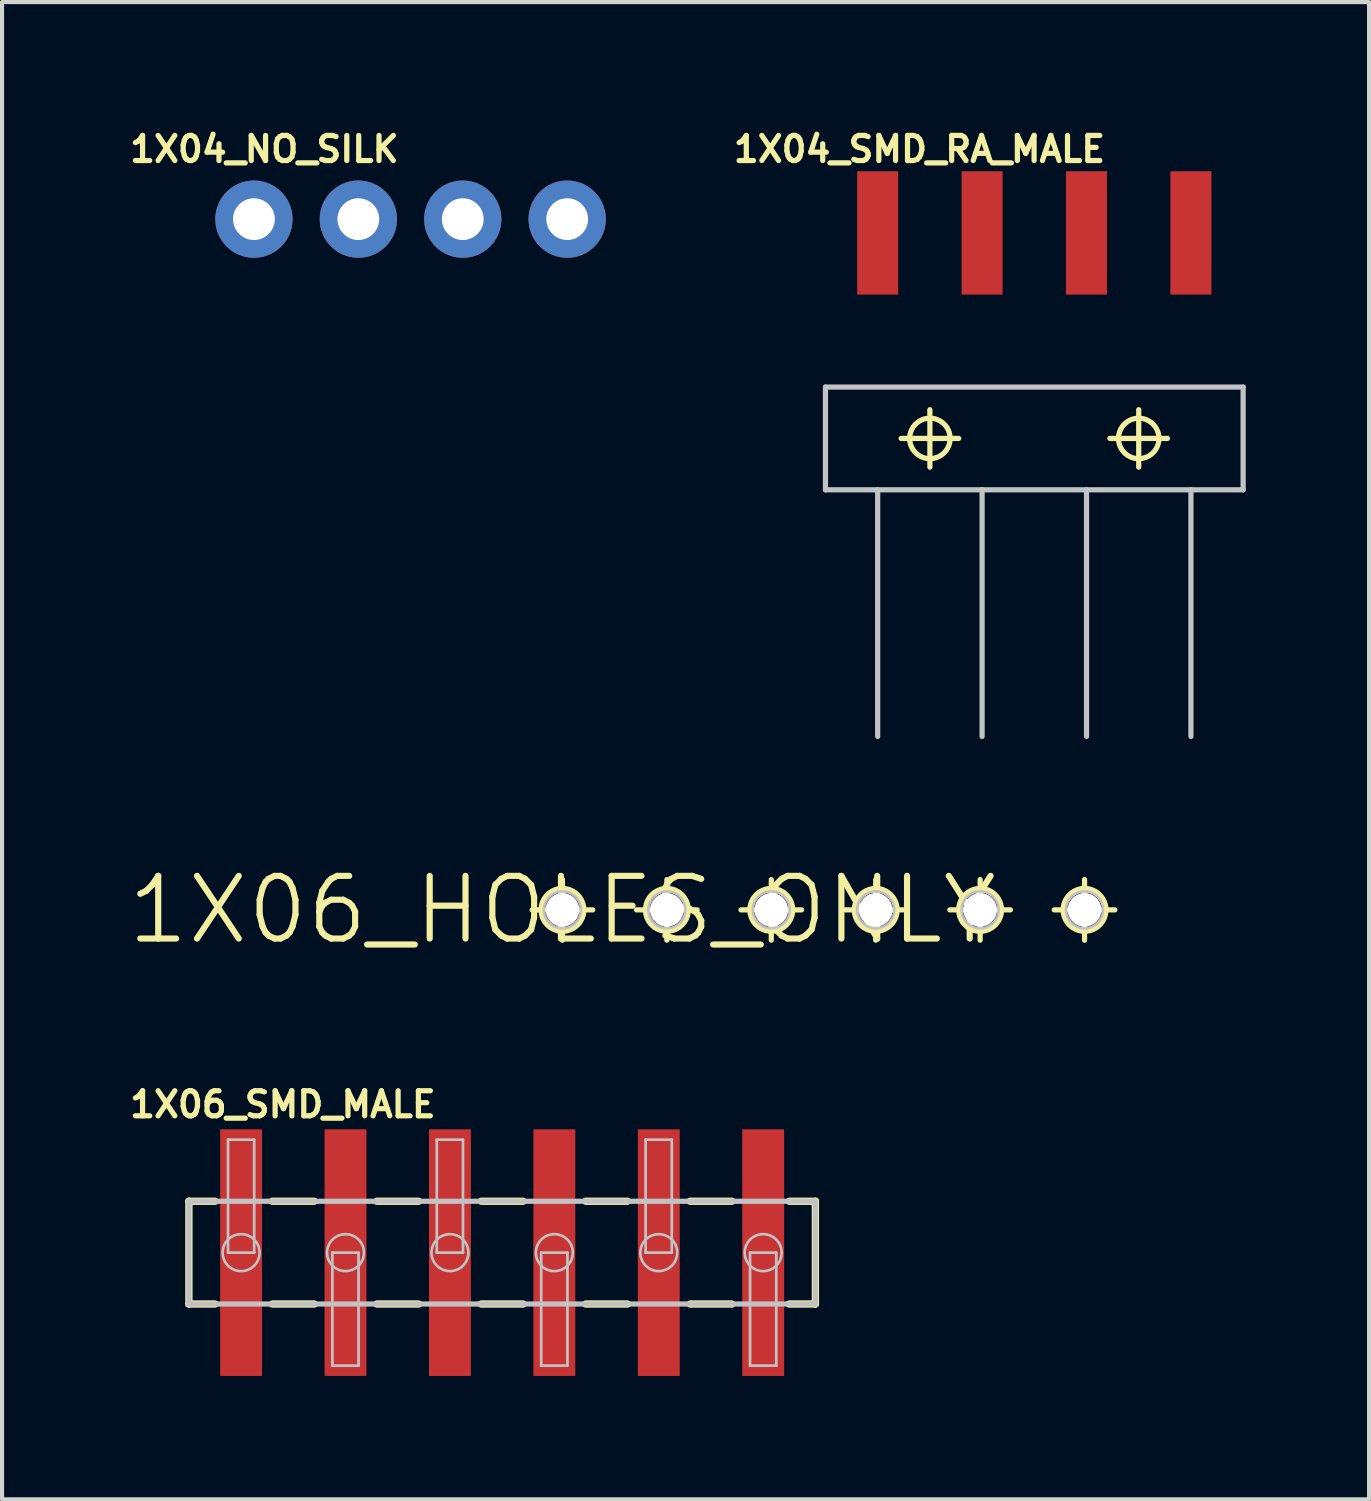
<source format=kicad_pcb>
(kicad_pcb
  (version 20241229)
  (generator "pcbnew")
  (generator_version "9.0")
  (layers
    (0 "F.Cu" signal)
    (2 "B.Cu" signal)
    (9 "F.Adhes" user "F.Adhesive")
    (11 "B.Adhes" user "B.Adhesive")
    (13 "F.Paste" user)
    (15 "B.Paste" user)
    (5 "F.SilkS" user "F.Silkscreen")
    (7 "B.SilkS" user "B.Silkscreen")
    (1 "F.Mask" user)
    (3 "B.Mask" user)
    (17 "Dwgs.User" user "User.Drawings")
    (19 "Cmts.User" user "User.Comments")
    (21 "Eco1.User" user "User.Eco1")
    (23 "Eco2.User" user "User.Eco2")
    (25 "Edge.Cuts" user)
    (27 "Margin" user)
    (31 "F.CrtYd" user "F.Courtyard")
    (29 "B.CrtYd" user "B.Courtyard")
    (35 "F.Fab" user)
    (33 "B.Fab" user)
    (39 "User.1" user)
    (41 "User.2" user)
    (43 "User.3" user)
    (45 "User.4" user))
  (footprint "1X04_SMD_RA_MALE"
    (layer "F.Cu")
    (at 22.11 7.615)
    (property "Reference" "1X04_SMD_RA_MALE" (at -2.794 -7.036 0) (layer "F.SilkS") (effects (font (size 0.61 0.61) (thickness 0.127))))
    (attr smd)
    (fp_line (start -3.239 0) (end -1.839 0) (stroke (width 0.127) (type solid)) (layer "F.SilkS"))
    (fp_line (start -2.54 0.699) (end -2.54 -0.699) (stroke (width 0.127) (type solid)) (layer "F.SilkS"))
    (fp_line (start 1.839 0) (end 3.239 0) (stroke (width 0.127) (type solid)) (layer "F.SilkS"))
    (fp_line (start 2.54 0.699) (end 2.54 -0.699) (stroke (width 0.127) (type solid)) (layer "F.SilkS"))
    (fp_circle (center -2.54 0) (end -2.888 0.348) (stroke (width 0.127) (type solid)) (fill no) (layer "F.SilkS"))
    (fp_circle (center 2.54 0) (end 2.888 0.348) (stroke (width 0.127) (type solid)) (fill no) (layer "F.SilkS"))
    (fp_line (start -5.08 -1.25) (end -5.08 1.25) (stroke (width 0.127) (type solid)) (layer "Dwgs.User"))
    (fp_line (start -5.08 1.25) (end -3.81 1.25) (stroke (width 0.127) (type solid)) (layer "Dwgs.User"))
    (fp_line (start -3.81 1.25) (end -3.81 7.249) (stroke (width 0.127) (type solid)) (layer "Dwgs.User"))
    (fp_line (start -3.81 1.25) (end -1.27 1.25) (stroke (width 0.127) (type solid)) (layer "Dwgs.User"))
    (fp_line (start -1.27 1.25) (end -1.27 7.249) (stroke (width 0.127) (type solid)) (layer "Dwgs.User"))
    (fp_line (start -1.27 1.25) (end 1.27 1.25) (stroke (width 0.127) (type solid)) (layer "Dwgs.User"))
    (fp_line (start 1.27 1.25) (end 1.27 7.249) (stroke (width 0.127) (type solid)) (layer "Dwgs.User"))
    (fp_line (start 1.27 1.25) (end 3.81 1.25) (stroke (width 0.127) (type solid)) (layer "Dwgs.User"))
    (fp_line (start 3.81 1.25) (end 3.81 7.249) (stroke (width 0.127) (type solid)) (layer "Dwgs.User"))
    (fp_line (start 3.81 1.25) (end 5.08 1.25) (stroke (width 0.127) (type solid)) (layer "Dwgs.User"))
    (fp_line (start 5.08 -1.25) (end -5.08 -1.25) (stroke (width 0.127) (type solid)) (layer "Dwgs.User"))
    (fp_line (start 5.08 1.25) (end 5.08 -1.25) (stroke (width 0.127) (type solid)) (layer "Dwgs.User"))
    (pad "1" smd rect (at -3.81 -4.999 90) (size 3 0.998) (layers "F.Cu" "F.Mask" "F.Paste"))
    (pad "2" smd rect (at -1.27 -4.999 90) (size 3 0.998) (layers "F.Cu" "F.Mask" "F.Paste"))
    (pad "3" smd rect (at 1.27 -4.999 90) (size 3 0.998) (layers "F.Cu" "F.Mask" "F.Paste"))
    (pad "4" smd rect (at 3.81 -4.999 90) (size 3 0.998) (layers "F.Cu" "F.Mask" "F.Paste")))
  (footprint "1X04_NO_SILK"
    (layer "F.Cu")
    (at 3.127 2.281)
    (property "Reference" "1X04_NO_SILK" (at 0.254 -1.702 0) (layer "F.SilkS") (effects (font (size 0.61 0.61) (thickness 0.127))))
    (attr exclude_from_pos_files exclude_from_bom)
    (fp_line (start -0.254 -0.254) (end 0.254 -0.254) (stroke (width 0.066) (type solid)) (layer "Dwgs.User"))
    (fp_line (start -0.254 0.254) (end -0.254 -0.254) (stroke (width 0.066) (type solid)) (layer "Dwgs.User"))
    (fp_line (start -0.254 0.254) (end 0.254 0.254) (stroke (width 0.066) (type solid)) (layer "Dwgs.User"))
    (fp_line (start 0.254 0.254) (end 0.254 -0.254) (stroke (width 0.066) (type solid)) (layer "Dwgs.User"))
    (fp_line (start 2.286 -0.254) (end 2.794 -0.254) (stroke (width 0.066) (type solid)) (layer "Dwgs.User"))
    (fp_line (start 2.286 0.254) (end 2.286 -0.254) (stroke (width 0.066) (type solid)) (layer "Dwgs.User"))
    (fp_line (start 2.286 0.254) (end 2.794 0.254) (stroke (width 0.066) (type solid)) (layer "Dwgs.User"))
    (fp_line (start 2.794 0.254) (end 2.794 -0.254) (stroke (width 0.066) (type solid)) (layer "Dwgs.User"))
    (fp_line (start 4.826 -0.254) (end 5.334 -0.254) (stroke (width 0.066) (type solid)) (layer "Dwgs.User"))
    (fp_line (start 4.826 0.254) (end 4.826 -0.254) (stroke (width 0.066) (type solid)) (layer "Dwgs.User"))
    (fp_line (start 4.826 0.254) (end 5.334 0.254) (stroke (width 0.066) (type solid)) (layer "Dwgs.User"))
    (fp_line (start 5.334 0.254) (end 5.334 -0.254) (stroke (width 0.066) (type solid)) (layer "Dwgs.User"))
    (fp_line (start 7.366 -0.254) (end 7.874 -0.254) (stroke (width 0.066) (type solid)) (layer "Dwgs.User"))
    (fp_line (start 7.366 0.254) (end 7.366 -0.254) (stroke (width 0.066) (type solid)) (layer "Dwgs.User"))
    (fp_line (start 7.366 0.254) (end 7.874 0.254) (stroke (width 0.066) (type solid)) (layer "Dwgs.User"))
    (fp_line (start 7.874 0.254) (end 7.874 -0.254) (stroke (width 0.066) (type solid)) (layer "Dwgs.User"))
    (pad "1" thru_hole circle (at 0 0) (size 1.88 1.88) (drill 1.016) (layers "*.Cu" "*.Paste" "*.Mask"))
    (pad "2" thru_hole circle (at 2.54 0) (size 1.88 1.88) (drill 1.016) (layers "*.Cu" "*.Paste" "*.Mask"))
    (pad "3" thru_hole circle (at 5.08 0) (size 1.88 1.88) (drill 1.016) (layers "*.Cu" "*.Paste" "*.Mask"))
    (pad "4" thru_hole circle (at 7.62 0) (size 1.88 1.88) (drill 1.016) (layers "*.Cu" "*.Paste" "*.Mask")))
  (footprint "1X06_SMD_MALE"
    (layer "F.Cu")
    (at 2.815 27.421)
    (property "Reference" "1X06_SMD_MALE" (at 1.016 -3.604 0) (layer "F.SilkS") (effects (font (size 0.61 0.61) (thickness 0.127))))
    (attr smd)
    (fp_line (start -1.27 -1.25) (end -1.27 1.25) (stroke (width 0.178) (type solid)) (layer "F.SilkS"))
    (fp_line (start -1.27 -1.25) (end -0.635 -1.25) (stroke (width 0.178) (type solid)) (layer "F.SilkS"))
    (fp_line (start -1.27 1.25) (end -0.635 1.25) (stroke (width 0.178) (type solid)) (layer "F.SilkS"))
    (fp_line (start 0.762 -1.25) (end 1.778 -1.25) (stroke (width 0.178) (type solid)) (layer "F.SilkS"))
    (fp_line (start 1.778 1.25) (end 0.762 1.25) (stroke (width 0.178) (type solid)) (layer "F.SilkS"))
    (fp_line (start 3.302 -1.25) (end 4.318 -1.25) (stroke (width 0.178) (type solid)) (layer "F.SilkS"))
    (fp_line (start 4.318 1.25) (end 3.302 1.25) (stroke (width 0.178) (type solid)) (layer "F.SilkS"))
    (fp_line (start 5.842 -1.25) (end 6.858 -1.25) (stroke (width 0.178) (type solid)) (layer "F.SilkS"))
    (fp_line (start 6.858 1.25) (end 5.842 1.25) (stroke (width 0.178) (type solid)) (layer "F.SilkS"))
    (fp_line (start 8.382 -1.25) (end 9.398 -1.25) (stroke (width 0.178) (type solid)) (layer "F.SilkS"))
    (fp_line (start 9.398 1.25) (end 8.382 1.25) (stroke (width 0.178) (type solid)) (layer "F.SilkS"))
    (fp_line (start 10.922 -1.25) (end 11.938 -1.25) (stroke (width 0.178) (type solid)) (layer "F.SilkS"))
    (fp_line (start 11.938 1.25) (end 10.922 1.25) (stroke (width 0.178) (type solid)) (layer "F.SilkS"))
    (fp_line (start 13.97 -1.25) (end 13.335 -1.25) (stroke (width 0.178) (type solid)) (layer "F.SilkS"))
    (fp_line (start 13.97 1.25) (end 13.335 1.25) (stroke (width 0.178) (type solid)) (layer "F.SilkS"))
    (fp_line (start 13.97 1.25) (end 13.97 -1.25) (stroke (width 0.178) (type solid)) (layer "F.SilkS"))
    (fp_line (start -1.27 -1.25) (end -1.27 1.25) (stroke (width 0.127) (type solid)) (layer "Dwgs.User"))
    (fp_line (start -1.27 1.25) (end 13.97 1.25) (stroke (width 0.127) (type solid)) (layer "Dwgs.User"))
    (fp_line (start -0.318 -2.748) (end 0.318 -2.748) (stroke (width 0.066) (type solid)) (layer "Dwgs.User"))
    (fp_line (start -0.318 0) (end -0.318 -2.748) (stroke (width 0.066) (type solid)) (layer "Dwgs.User"))
    (fp_line (start -0.318 0) (end 0.318 0) (stroke (width 0.066) (type solid)) (layer "Dwgs.User"))
    (fp_line (start 0.318 0) (end 0.318 -2.748) (stroke (width 0.066) (type solid)) (layer "Dwgs.User"))
    (fp_line (start 2.22 0) (end 2.857 0) (stroke (width 0.066) (type solid)) (layer "Dwgs.User"))
    (fp_line (start 2.22 2.748) (end 2.22 0) (stroke (width 0.066) (type solid)) (layer "Dwgs.User"))
    (fp_line (start 2.22 2.748) (end 2.857 2.748) (stroke (width 0.066) (type solid)) (layer "Dwgs.User"))
    (fp_line (start 2.857 2.748) (end 2.857 0) (stroke (width 0.066) (type solid)) (layer "Dwgs.User"))
    (fp_line (start 4.76 -2.748) (end 5.397 -2.748) (stroke (width 0.066) (type solid)) (layer "Dwgs.User"))
    (fp_line (start 4.76 0) (end 4.76 -2.748) (stroke (width 0.066) (type solid)) (layer "Dwgs.User"))
    (fp_line (start 4.76 0) (end 5.397 0) (stroke (width 0.066) (type solid)) (layer "Dwgs.User"))
    (fp_line (start 5.397 0) (end 5.397 -2.748) (stroke (width 0.066) (type solid)) (layer "Dwgs.User"))
    (fp_line (start 7.3 0) (end 7.938 0) (stroke (width 0.066) (type solid)) (layer "Dwgs.User"))
    (fp_line (start 7.3 2.748) (end 7.3 0) (stroke (width 0.066) (type solid)) (layer "Dwgs.User"))
    (fp_line (start 7.3 2.748) (end 7.938 2.748) (stroke (width 0.066) (type solid)) (layer "Dwgs.User"))
    (fp_line (start 7.938 2.748) (end 7.938 0) (stroke (width 0.066) (type solid)) (layer "Dwgs.User"))
    (fp_line (start 9.84 -2.748) (end 10.477 -2.748) (stroke (width 0.066) (type solid)) (layer "Dwgs.User"))
    (fp_line (start 9.84 0) (end 9.84 -2.748) (stroke (width 0.066) (type solid)) (layer "Dwgs.User"))
    (fp_line (start 9.84 0) (end 10.477 0) (stroke (width 0.066) (type solid)) (layer "Dwgs.User"))
    (fp_line (start 10.477 0) (end 10.477 -2.748) (stroke (width 0.066) (type solid)) (layer "Dwgs.User"))
    (fp_line (start 12.38 0) (end 13.018 0) (stroke (width 0.066) (type solid)) (layer "Dwgs.User"))
    (fp_line (start 12.38 2.748) (end 12.38 0) (stroke (width 0.066) (type solid)) (layer "Dwgs.User"))
    (fp_line (start 12.38 2.748) (end 13.018 2.748) (stroke (width 0.066) (type solid)) (layer "Dwgs.User"))
    (fp_line (start 13.018 2.748) (end 13.018 0) (stroke (width 0.066) (type solid)) (layer "Dwgs.User"))
    (fp_line (start 13.97 -1.25) (end -1.27 -1.25) (stroke (width 0.127) (type solid)) (layer "Dwgs.User"))
    (fp_line (start 13.97 1.25) (end 13.97 -1.25) (stroke (width 0.127) (type solid)) (layer "Dwgs.User"))
    (fp_circle (center 0 0) (end -0.318 0.318) (stroke (width 0.064) (type solid)) (fill no) (layer "Dwgs.User"))
    (fp_circle (center 2.54 0) (end 2.857 0.318) (stroke (width 0.064) (type solid)) (fill no) (layer "Dwgs.User"))
    (fp_circle (center 5.08 0) (end 5.397 0.318) (stroke (width 0.064) (type solid)) (fill no) (layer "Dwgs.User"))
    (fp_circle (center 7.62 0) (end 7.938 0.318) (stroke (width 0.064) (type solid)) (fill no) (layer "Dwgs.User"))
    (fp_circle (center 10.16 0) (end 10.477 0.318) (stroke (width 0.064) (type solid)) (fill no) (layer "Dwgs.User"))
    (fp_circle (center 12.7 0) (end 13.018 0.318) (stroke (width 0.064) (type solid)) (fill no) (layer "Dwgs.User"))
    (pad "1" smd rect (at 0 0) (size 1.019 5.999) (layers "F.Cu" "F.Mask" "F.Paste"))
    (pad "2" smd rect (at 2.54 0) (size 1.019 5.999) (layers "F.Cu" "F.Mask" "F.Paste"))
    (pad "3" smd rect (at 5.08 0) (size 1.019 5.999) (layers "F.Cu" "F.Mask" "F.Paste"))
    (pad "4" smd rect (at 7.62 0) (size 1.019 5.999) (layers "F.Cu" "F.Mask" "F.Paste"))
    (pad "5" smd rect (at 10.16 0) (size 1.019 5.999) (layers "F.Cu" "F.Mask" "F.Paste"))
    (pad "6" smd rect (at 12.7 0) (size 1.019 5.999) (layers "F.Cu" "F.Mask" "F.Paste")))
  (footprint "1X06_HOLES_ONLY"
    (layer "F.Cu")
    (at 10.632 19.083)
    (property "Reference" "1X06_HOLES_ONLY" (at 0 0 0) (layer "F.SilkS") (effects (font (size 1.524 1.524) (thickness 0.15))))
    (attr exclude_from_pos_files exclude_from_bom)
    (fp_line (start -0.737 0) (end 0.737 0) (stroke (width 0.127) (type solid)) (layer "F.SilkS"))
    (fp_line (start 0 0.737) (end 0 -0.737) (stroke (width 0.127) (type solid)) (layer "F.SilkS"))
    (fp_line (start 1.801 0) (end 3.277 0) (stroke (width 0.127) (type solid)) (layer "F.SilkS"))
    (fp_line (start 2.54 0.737) (end 2.54 -0.737) (stroke (width 0.127) (type solid)) (layer "F.SilkS"))
    (fp_line (start 4.343 0) (end 5.817 0) (stroke (width 0.127) (type solid)) (layer "F.SilkS"))
    (fp_line (start 5.08 0.737) (end 5.08 -0.737) (stroke (width 0.127) (type solid)) (layer "F.SilkS"))
    (fp_line (start 6.883 0) (end 8.357 0) (stroke (width 0.127) (type solid)) (layer "F.SilkS"))
    (fp_line (start 7.62 0.737) (end 7.62 -0.737) (stroke (width 0.127) (type solid)) (layer "F.SilkS"))
    (fp_line (start 9.423 0) (end 10.897 0) (stroke (width 0.127) (type solid)) (layer "F.SilkS"))
    (fp_line (start 10.16 0.737) (end 10.16 -0.737) (stroke (width 0.127) (type solid)) (layer "F.SilkS"))
    (fp_line (start 11.963 0) (end 13.437 0) (stroke (width 0.127) (type solid)) (layer "F.SilkS"))
    (fp_line (start 12.7 0.737) (end 12.7 -0.737) (stroke (width 0.127) (type solid)) (layer "F.SilkS"))
    (fp_circle (center 0 0) (end -0.368 0.368) (stroke (width 0.127) (type solid)) (fill no) (layer "F.SilkS"))
    (fp_circle (center 2.54 0) (end 2.908 0.368) (stroke (width 0.127) (type solid)) (fill no) (layer "F.SilkS"))
    (fp_circle (center 5.08 0) (end 5.448 0.368) (stroke (width 0.127) (type solid)) (fill no) (layer "F.SilkS"))
    (fp_circle (center 7.62 0) (end 7.988 0.368) (stroke (width 0.127) (type solid)) (fill no) (layer "F.SilkS"))
    (fp_circle (center 10.16 0) (end 10.528 0.368) (stroke (width 0.127) (type solid)) (fill no) (layer "F.SilkS"))
    (fp_circle (center 12.7 0) (end 13.068 0.368) (stroke (width 0.127) (type solid)) (fill no) (layer "F.SilkS"))
    (fp_circle (center 0 0) (end -0.318 0.318) (stroke (width 0.064) (type solid)) (fill no) (layer "Dwgs.User"))
    (fp_circle (center 2.54 0) (end 2.857 0.318) (stroke (width 0.064) (type solid)) (fill no) (layer "Dwgs.User"))
    (fp_circle (center 5.08 0) (end 5.397 0.318) (stroke (width 0.064) (type solid)) (fill no) (layer "Dwgs.User"))
    (fp_circle (center 7.62 0) (end 7.938 0.318) (stroke (width 0.064) (type solid)) (fill no) (layer "Dwgs.User"))
    (fp_circle (center 10.16 0) (end 10.477 0.318) (stroke (width 0.064) (type solid)) (fill no) (layer "Dwgs.User"))
    (fp_circle (center 12.7 0) (end 13.018 0.318) (stroke (width 0.064) (type solid)) (fill no) (layer "Dwgs.User"))
    (pad "1" thru_hole circle (at 0 0) (size 0.813 0.813) (drill 0.889) (layers "*.Cu" "*.Paste" "*.Mask"))
    (pad "2" thru_hole circle (at 2.54 0) (size 0.813 0.813) (drill 0.889) (layers "*.Cu" "*.Paste" "*.Mask"))
    (pad "3" thru_hole circle (at 5.08 0) (size 0.813 0.813) (drill 0.889) (layers "*.Cu" "*.Paste" "*.Mask"))
    (pad "4" thru_hole circle (at 7.62 0) (size 0.813 0.813) (drill 0.889) (layers "*.Cu" "*.Paste" "*.Mask"))
    (pad "5" thru_hole circle (at 10.16 0) (size 0.813 0.813) (drill 0.889) (layers "*.Cu" "*.Paste" "*.Mask"))
    (pad "6" thru_hole circle (at 12.7 0) (size 0.813 0.813) (drill 0.889) (layers "*.Cu" "*.Paste" "*.Mask")))
  (gr_rect
    (start -3 -3)
    (end 30.253 33.421)
    (stroke (width 0.1) (type default))
    (fill no)
    (layer "Edge.Cuts")))
</source>
